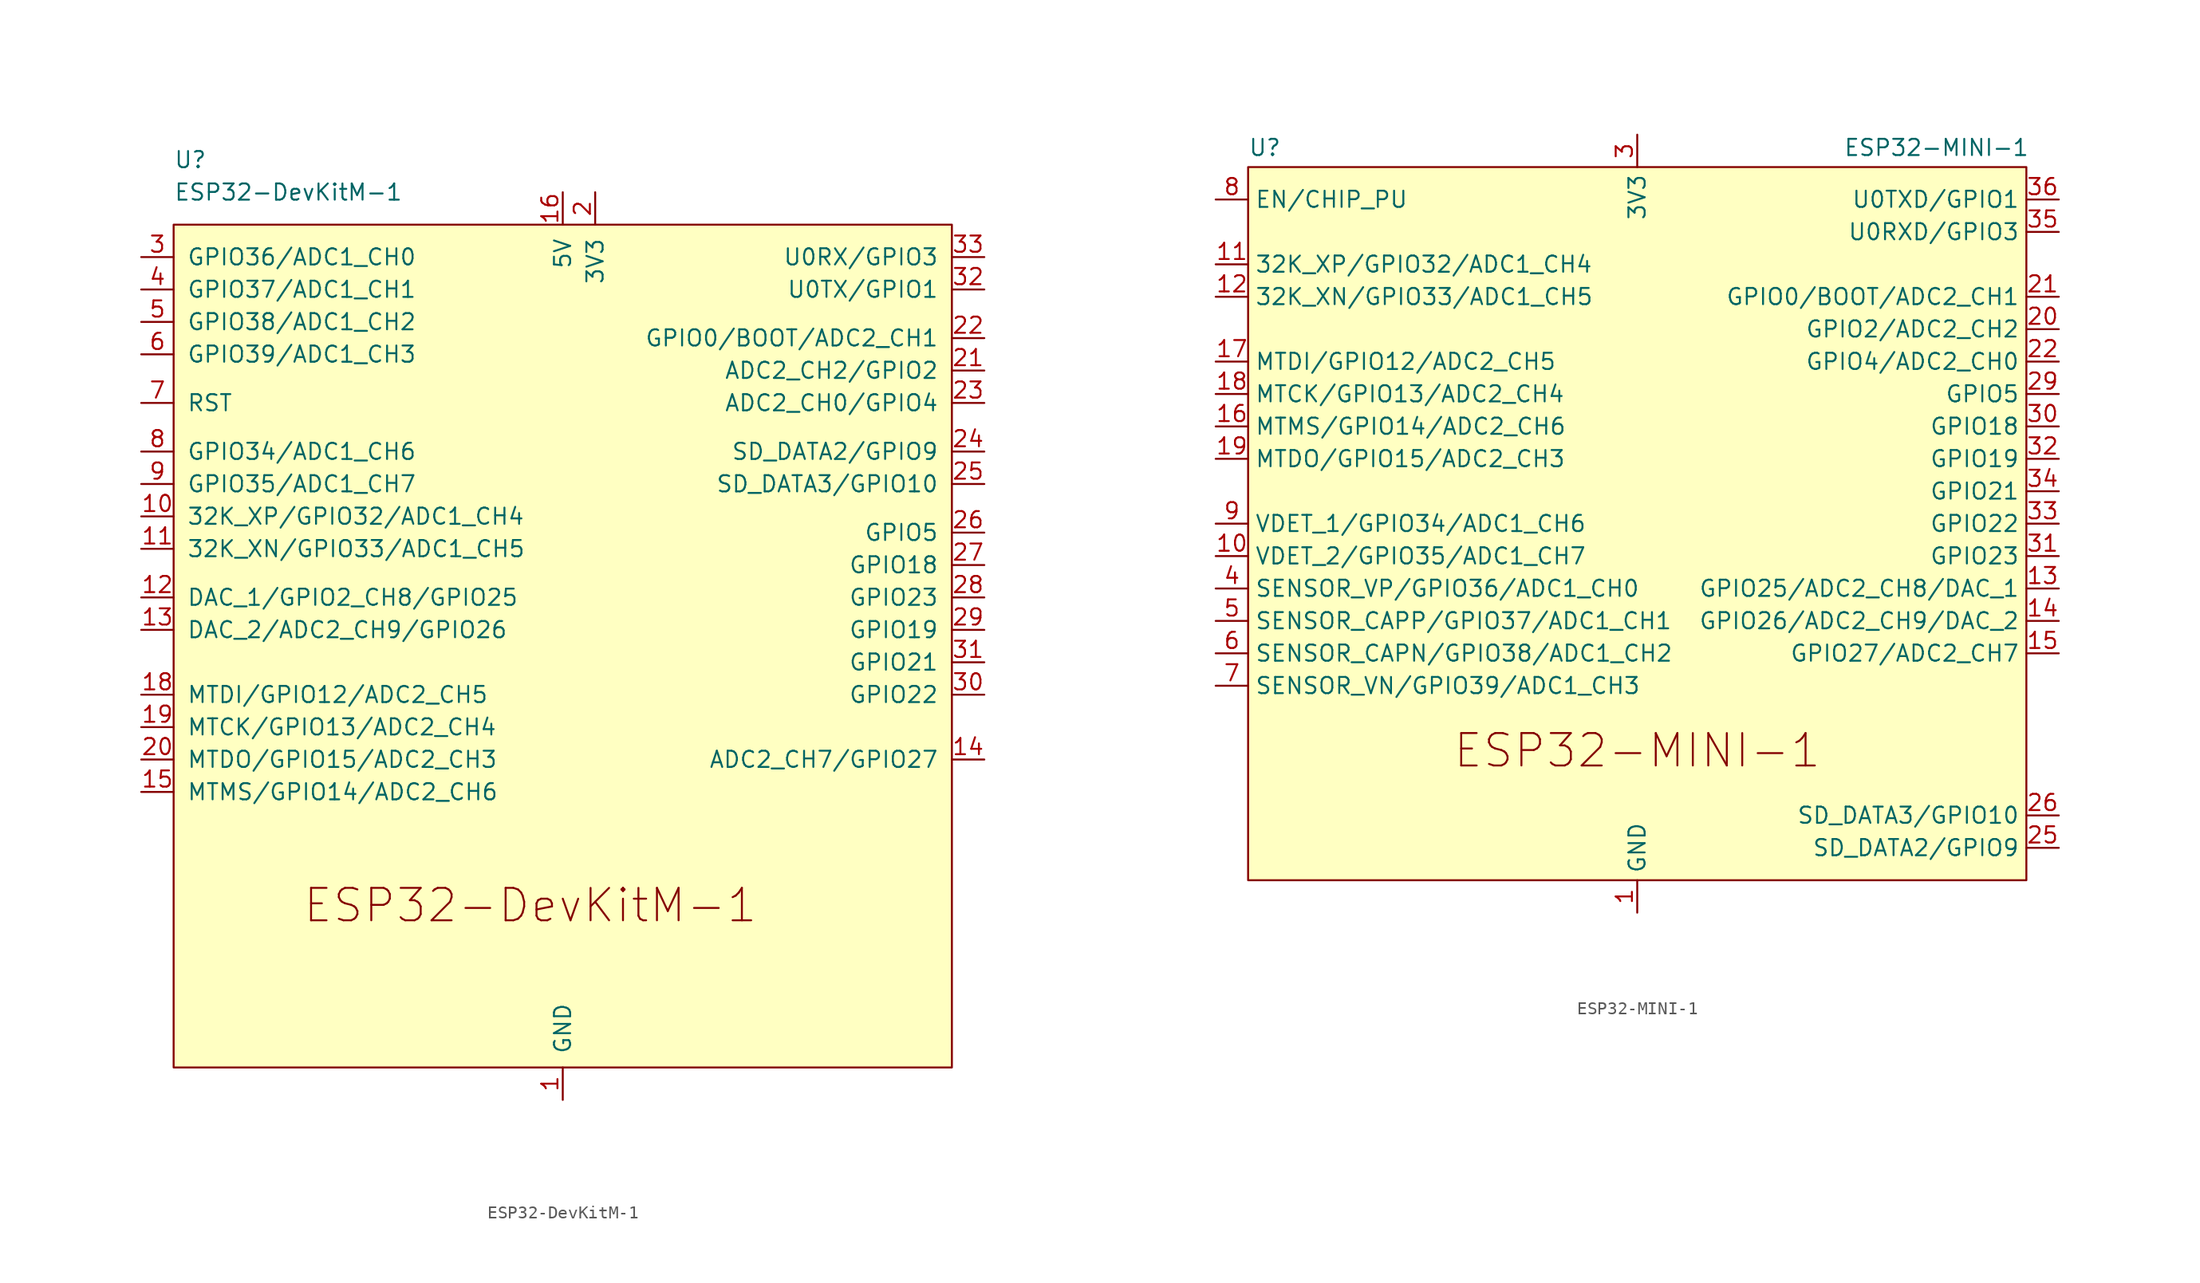
<source format=kicad_sym>
(kicad_symbol_lib
  (version 20241209)
  (generator "kicad_symbol_editor")
  (generator_version "9.0")
  (symbol "ESP32-DevKitM-1"
    (pin_names
      (offset 1.016))
    (property "Reference" "U"
      (at -30.48 38.1 0)
      (effects (font (size 1.27 1.27)) (justify left)))
    (property "Value" "ESP32-DevKitM-1"
      (at -30.48 35.56 0)
      (effects (font (size 1.27 1.27)) (justify left)))
    (symbol "ESP32-DevKitM-1_0_1"
      (rectangle (start -30.48 33.02) (end 30.48 -33.02) (stroke (width 0) (type default)) (fill (type background))))
    (symbol "ESP32-DevKitM-1_1_0"
      (text "ESP32-DevKitM-1" (at -2.54 -20.32 0) (effects (font (size 2.54 2.54))))
      (pin input line (at -33.02 30.48 0) (length 2.54) (name "GPIO36/ADC1_CH0" (effects (font (size 1.27 1.27)))) (number "3" (effects (font (size 1.27 1.27)))))
      (pin input line (at -33.02 27.94 0) (length 2.54) (name "GPIO37/ADC1_CH1" (effects (font (size 1.27 1.27)))) (number "4" (effects (font (size 1.27 1.27)))))
      (pin input line (at -33.02 25.4 0) (length 2.54) (name "GPIO38/ADC1_CH2" (effects (font (size 1.27 1.27)))) (number "5" (effects (font (size 1.27 1.27)))))
      (pin input line (at -33.02 22.86 0) (length 2.54) (name "GPIO39/ADC1_CH3" (effects (font (size 1.27 1.27)))) (number "6" (effects (font (size 1.27 1.27)))))
      (pin input line (at -33.02 19.05 0) (length 2.54) (name "RST" (effects (font (size 1.27 1.27)))) (number "7" (effects (font (size 1.27 1.27)))))
      (pin input line (at -33.02 15.24 0) (length 2.54) (name "GPIO34/ADC1_CH6" (effects (font (size 1.27 1.27)))) (number "8" (effects (font (size 1.27 1.27)))))
      (pin input line (at -33.02 12.7 0) (length 2.54) (name "GPIO35/ADC1_CH7" (effects (font (size 1.27 1.27)))) (number "9" (effects (font (size 1.27 1.27)))))
      (pin bidirectional line (at -33.02 10.16 0) (length 2.54) (name "32K_XP/GPIO32/ADC1_CH4" (effects (font (size 1.27 1.27)))) (number "10" (effects (font (size 1.27 1.27)))))
      (pin bidirectional line (at -33.02 7.62 0) (length 2.54) (name "32K_XN/GPIO33/ADC1_CH5" (effects (font (size 1.27 1.27)))) (number "11" (effects (font (size 1.27 1.27)))))
      (pin bidirectional line (at -33.02 3.81 0) (length 2.54) (name "DAC_1/GPIO2_CH8/GPIO25" (effects (font (size 1.27 1.27)))) (number "12" (effects (font (size 1.27 1.27)))))
      (pin bidirectional line (at -33.02 1.27 0) (length 2.54) (name "DAC_2/ADC2_CH9/GPIO26" (effects (font (size 1.27 1.27)))) (number "13" (effects (font (size 1.27 1.27)))))
      (pin power_in line (at 0 35.56 270) (length 2.54) (name "5V" (effects (font (size 1.27 1.27)))) (number "16" (effects (font (size 1.27 1.27)))))
      (pin power_in line (at 0 -35.56 90) (length 2.54) (name "GND" (effects (font (size 1.27 1.27)))) (number "1" (effects (font (size 1.27 1.27))))))
    (symbol "ESP32-DevKitM-1_1_1"
      (pin bidirectional line (at -33.02 -3.81 0) (length 2.54) (name "MTDI/GPIO12/ADC2_CH5" (effects (font (size 1.27 1.27)))) (number "18" (effects (font (size 1.27 1.27)))))
      (pin bidirectional line (at -33.02 -6.35 0) (length 2.54) (name "MTCK/GPIO13/ADC2_CH4" (effects (font (size 1.27 1.27)))) (number "19" (effects (font (size 1.27 1.27)))))
      (pin bidirectional line (at -33.02 -8.89 0) (length 2.54) (name "MTDO/GPIO15/ADC2_CH3" (effects (font (size 1.27 1.27)))) (number "20" (effects (font (size 1.27 1.27)))))
      (pin bidirectional line (at -33.02 -11.43 0) (length 2.54) (name "MTMS/GPIO14/ADC2_CH6" (effects (font (size 1.27 1.27)))) (number "15" (effects (font (size 1.27 1.27)))))
      (pin passive line (at 0 -35.56 90) (length 2.54) (hide yes) (name "GND" (effects (font (size 1.27 1.27)))) (number "17" (effects (font (size 1.27 1.27)))))
      (pin passive line (at 0 -35.56 90) (length 2.54) (hide yes) (name "GND" (effects (font (size 1.27 1.27)))) (number "34" (effects (font (size 1.27 1.27)))))
      (pin power_in line (at 2.54 35.56 270) (length 2.54) (name "3V3" (effects (font (size 1.27 1.27)))) (number "2" (effects (font (size 1.27 1.27)))))
      (pin bidirectional line (at 33.02 30.48 180) (length 2.54) (name "U0RX/GPIO3" (effects (font (size 1.27 1.27)))) (number "33" (effects (font (size 1.27 1.27)))))
      (pin bidirectional line (at 33.02 27.94 180) (length 2.54) (name "U0TX/GPIO1" (effects (font (size 1.27 1.27)))) (number "32" (effects (font (size 1.27 1.27)))))
      (pin bidirectional line (at 33.02 24.13 180) (length 2.54) (name "GPIO0/BOOT/ADC2_CH1" (effects (font (size 1.27 1.27)))) (number "22" (effects (font (size 1.27 1.27)))))
      (pin bidirectional line (at 33.02 21.59 180) (length 2.54) (name "ADC2_CH2/GPIO2" (effects (font (size 1.27 1.27)))) (number "21" (effects (font (size 1.27 1.27)))))
      (pin bidirectional line (at 33.02 19.05 180) (length 2.54) (name "ADC2_CH0/GPIO4" (effects (font (size 1.27 1.27)))) (number "23" (effects (font (size 1.27 1.27)))))
      (pin bidirectional line (at 33.02 15.24 180) (length 2.54) (name "SD_DATA2/GPIO9" (effects (font (size 1.27 1.27)))) (number "24" (effects (font (size 1.27 1.27)))))
      (pin bidirectional line (at 33.02 12.7 180) (length 2.54) (name "SD_DATA3/GPIO10" (effects (font (size 1.27 1.27)))) (number "25" (effects (font (size 1.27 1.27)))))
      (pin bidirectional line (at 33.02 8.89 180) (length 2.54) (name "GPIO5" (effects (font (size 1.27 1.27)))) (number "26" (effects (font (size 1.27 1.27)))))
      (pin bidirectional line (at 33.02 6.35 180) (length 2.54) (name "GPIO18" (effects (font (size 1.27 1.27)))) (number "27" (effects (font (size 1.27 1.27)))))
      (pin bidirectional line (at 33.02 3.81 180) (length 2.54) (name "GPIO23" (effects (font (size 1.27 1.27)))) (number "28" (effects (font (size 1.27 1.27)))))
      (pin bidirectional line (at 33.02 1.27 180) (length 2.54) (name "GPIO19" (effects (font (size 1.27 1.27)))) (number "29" (effects (font (size 1.27 1.27)))))
      (pin bidirectional line (at 33.02 -1.27 180) (length 2.54) (name "GPIO21" (effects (font (size 1.27 1.27)))) (number "31" (effects (font (size 1.27 1.27)))))
      (pin bidirectional line (at 33.02 -3.81 180) (length 2.54) (name "GPIO22" (effects (font (size 1.27 1.27)))) (number "30" (effects (font (size 1.27 1.27)))))
      (pin bidirectional line (at 33.02 -8.89 180) (length 2.54) (name "ADC2_CH7/GPIO27" (effects (font (size 1.27 1.27)))) (number "14" (effects (font (size 1.27 1.27)))))))
  (symbol "ESP32-MINI-1"
    (property "Reference" "U"
      (at -30.48 29.464 0)
      (effects (font (size 1.27 1.27)) (justify left)))
    (property "Value" "ESP32-MINI-1"
      (at 30.734 29.464 0)
      (effects (font (size 1.27 1.27)) (justify right)))
    (symbol "ESP32-MINI-1_0_0"
      (text "ESP32-MINI-1" (at 0 -17.78 0) (effects (font (size 2.54 2.54))))
      (pin power_in line (at 0 -30.48 90) (length 2.54) (name "GND" (effects (font (size 1.27 1.27)))) (number "1" (effects (font (size 1.27 1.27)))))
      (pin passive line (at 0 -30.48 90) (length 2.54) (hide yes) (name "GND" (effects (font (size 1.27 1.27)))) (number "42" (effects (font (size 1.27 1.27)))))
      (pin passive line (at 0 -30.48 90) (length 2.54) (hide yes) (name "GND" (effects (font (size 1.27 1.27)))) (number "47" (effects (font (size 1.27 1.27)))))
      (pin bidirectional line (at 33.02 7.62 180) (length 2.54) (name "GPIO18" (effects (font (size 1.27 1.27)))) (number "30" (effects (font (size 1.27 1.27)))))
      (pin bidirectional line (at 33.02 -2.54 180) (length 2.54) (name "GPIO23" (effects (font (size 1.27 1.27)))) (number "31" (effects (font (size 1.27 1.27))))))
    (symbol "ESP32-MINI-1_0_1"
      (rectangle (start -30.48 27.94) (end 30.48 -27.94) (stroke (width 0) (type default)) (fill (type background)))
      (pin passive line (at 0 -30.48 90) (length 2.54) (hide yes) (name "GND" (effects (font (size 1.27 1.27)))) (number "38" (effects (font (size 1.27 1.27)))))
      (pin passive line (at 0 -30.48 90) (length 2.54) (hide yes) (name "GND" (effects (font (size 1.27 1.27)))) (number "39" (effects (font (size 1.27 1.27)))))
      (pin passive line (at 0 -30.48 90) (length 2.54) (hide yes) (name "GND" (effects (font (size 1.27 1.27)))) (number "40" (effects (font (size 1.27 1.27)))))
      (pin passive line (at 0 -30.48 90) (length 2.54) (hide yes) (name "GND" (effects (font (size 1.27 1.27)))) (number "41" (effects (font (size 1.27 1.27)))))
      (pin passive line (at 0 -30.48 90) (length 2.54) (hide yes) (name "GND" (effects (font (size 1.27 1.27)))) (number "43" (effects (font (size 1.27 1.27)))))
      (pin passive line (at 0 -30.48 90) (length 2.54) (hide yes) (name "GND" (effects (font (size 1.27 1.27)))) (number "44" (effects (font (size 1.27 1.27)))))
      (pin passive line (at 0 -30.48 90) (length 2.54) (hide yes) (name "GND" (effects (font (size 1.27 1.27)))) (number "45" (effects (font (size 1.27 1.27)))))
      (pin passive line (at 0 -30.48 90) (length 2.54) (hide yes) (name "GND" (effects (font (size 1.27 1.27)))) (number "46" (effects (font (size 1.27 1.27)))))
      (pin passive line (at 0 -30.48 90) (length 2.54) (hide yes) (name "GND" (effects (font (size 1.27 1.27)))) (number "48" (effects (font (size 1.27 1.27)))))
      (pin passive line (at 0 -30.48 90) (length 2.54) (hide yes) (name "GND" (effects (font (size 1.27 1.27)))) (number "49" (effects (font (size 1.27 1.27)))))
      (pin passive line (at 0 -30.48 90) (length 2.54) (hide yes) (name "GND" (effects (font (size 1.27 1.27)))) (number "50" (effects (font (size 1.27 1.27)))))
      (pin passive line (at 0 -30.48 90) (length 2.54) (hide yes) (name "GND" (effects (font (size 1.27 1.27)))) (number "51" (effects (font (size 1.27 1.27)))))
      (pin passive line (at 0 -30.48 90) (length 2.54) (hide yes) (name "GND" (effects (font (size 1.27 1.27)))) (number "52" (effects (font (size 1.27 1.27)))))
      (pin passive line (at 0 -30.48 90) (length 2.54) (hide yes) (name "GND" (effects (font (size 1.27 1.27)))) (number "53" (effects (font (size 1.27 1.27)))))
      (pin passive line (at 0 -30.48 90) (length 2.54) (hide yes) (name "GND" (effects (font (size 1.27 1.27)))) (number "54" (effects (font (size 1.27 1.27)))))
      (pin passive line (at 0 -30.48 90) (length 2.54) (hide yes) (name "GND" (effects (font (size 1.27 1.27)))) (number "55" (effects (font (size 1.27 1.27))))))
    (symbol "ESP32-MINI-1_1_1"
      (pin input line (at -33.02 25.4 0) (length 2.54) (name "EN/CHIP_PU" (effects (font (size 1.27 1.27)))) (number "8" (effects (font (size 1.27 1.27)))))
      (pin bidirectional line (at -33.02 20.32 0) (length 2.54) (name "32K_XP/GPIO32/ADC1_CH4" (effects (font (size 1.27 1.27)))) (number "11" (effects (font (size 1.27 1.27)))))
      (pin bidirectional line (at -33.02 17.78 0) (length 2.54) (name "32K_XN/GPIO33/ADC1_CH5" (effects (font (size 1.27 1.27)))) (number "12" (effects (font (size 1.27 1.27)))))
      (pin bidirectional line (at -33.02 12.7 0) (length 2.54) (name "MTDI/GPIO12/ADC2_CH5" (effects (font (size 1.27 1.27)))) (number "17" (effects (font (size 1.27 1.27)))))
      (pin bidirectional line (at -33.02 10.16 0) (length 2.54) (name "MTCK/GPIO13/ADC2_CH4" (effects (font (size 1.27 1.27)))) (number "18" (effects (font (size 1.27 1.27)))))
      (pin bidirectional line (at -33.02 7.62 0) (length 2.54) (name "MTMS/GPIO14/ADC2_CH6" (effects (font (size 1.27 1.27)))) (number "16" (effects (font (size 1.27 1.27)))))
      (pin bidirectional line (at -33.02 5.08 0) (length 2.54) (name "MTDO/GPIO15/ADC2_CH3" (effects (font (size 1.27 1.27)))) (number "19" (effects (font (size 1.27 1.27)))))
      (pin input line (at -33.02 0 0) (length 2.54) (name "VDET_1/GPIO34/ADC1_CH6" (effects (font (size 1.27 1.27)))) (number "9" (effects (font (size 1.27 1.27)))))
      (pin input line (at -33.02 -2.54 0) (length 2.54) (name "VDET_2/GPIO35/ADC1_CH7" (effects (font (size 1.27 1.27)))) (number "10" (effects (font (size 1.27 1.27)))))
      (pin input line (at -33.02 -5.08 0) (length 2.54) (name "SENSOR_VP/GPIO36/ADC1_CH0" (effects (font (size 1.27 1.27)))) (number "4" (effects (font (size 1.27 1.27)))))
      (pin input line (at -33.02 -7.62 0) (length 2.54) (name "SENSOR_CAPP/GPIO37/ADC1_CH1" (effects (font (size 1.27 1.27)))) (number "5" (effects (font (size 1.27 1.27)))))
      (pin input line (at -33.02 -10.16 0) (length 2.54) (name "SENSOR_CAPN/GPIO38/ADC1_CH2" (effects (font (size 1.27 1.27)))) (number "6" (effects (font (size 1.27 1.27)))))
      (pin input line (at -33.02 -12.7 0) (length 2.54) (name "SENSOR_VN/GPIO39/ADC1_CH3" (effects (font (size 1.27 1.27)))) (number "7" (effects (font (size 1.27 1.27)))))
      (pin no_connect line (at -30.48 -17.78 0) (length 2.54) (hide yes) (name "NC" (effects (font (size 1.27 1.27)))) (number "23" (effects (font (size 1.27 1.27)))))
      (pin no_connect line (at -30.48 -20.32 0) (length 2.54) (hide yes) (name "NC" (effects (font (size 1.27 1.27)))) (number "24" (effects (font (size 1.27 1.27)))))
      (pin no_connect line (at -30.48 -22.86 0) (length 2.54) (hide yes) (name "NC" (effects (font (size 1.27 1.27)))) (number "28" (effects (font (size 1.27 1.27)))))
      (pin no_connect line (at -30.48 -25.4 0) (length 2.54) (hide yes) (name "NC" (effects (font (size 1.27 1.27)))) (number "37" (effects (font (size 1.27 1.27)))))
      (pin power_in line (at 0 30.48 270) (length 2.54) (name "3V3" (effects (font (size 1.27 1.27)))) (number "3" (effects (font (size 1.27 1.27)))))
      (pin passive line (at 0 -30.48 90) (length 2.54) (hide yes) (name "GND" (effects (font (size 1.27 1.27)))) (number "2" (effects (font (size 1.27 1.27)))))
      (pin passive line (at 0 -30.48 90) (length 2.54) (hide yes) (name "GND" (effects (font (size 1.27 1.27)))) (number "27" (effects (font (size 1.27 1.27)))))
      (pin bidirectional line (at 33.02 25.4 180) (length 2.54) (name "U0TXD/GPIO1" (effects (font (size 1.27 1.27)))) (number "36" (effects (font (size 1.27 1.27)))))
      (pin bidirectional line (at 33.02 22.86 180) (length 2.54) (name "U0RXD/GPIO3" (effects (font (size 1.27 1.27)))) (number "35" (effects (font (size 1.27 1.27)))))
      (pin bidirectional line (at 33.02 17.78 180) (length 2.54) (name "GPIO0/BOOT/ADC2_CH1" (effects (font (size 1.27 1.27)))) (number "21" (effects (font (size 1.27 1.27)))))
      (pin bidirectional line (at 33.02 15.24 180) (length 2.54) (name "GPIO2/ADC2_CH2" (effects (font (size 1.27 1.27)))) (number "20" (effects (font (size 1.27 1.27)))))
      (pin bidirectional line (at 33.02 12.7 180) (length 2.54) (name "GPIO4/ADC2_CH0" (effects (font (size 1.27 1.27)))) (number "22" (effects (font (size 1.27 1.27)))))
      (pin bidirectional line (at 33.02 10.16 180) (length 2.54) (name "GPIO5" (effects (font (size 1.27 1.27)))) (number "29" (effects (font (size 1.27 1.27)))))
      (pin bidirectional line (at 33.02 5.08 180) (length 2.54) (name "GPIO19" (effects (font (size 1.27 1.27)))) (number "32" (effects (font (size 1.27 1.27)))))
      (pin bidirectional line (at 33.02 2.54 180) (length 2.54) (name "GPIO21" (effects (font (size 1.27 1.27)))) (number "34" (effects (font (size 1.27 1.27)))))
      (pin bidirectional line (at 33.02 0 180) (length 2.54) (name "GPIO22" (effects (font (size 1.27 1.27)))) (number "33" (effects (font (size 1.27 1.27)))))
      (pin bidirectional line (at 33.02 -5.08 180) (length 2.54) (name "GPIO25/ADC2_CH8/DAC_1" (effects (font (size 1.27 1.27)))) (number "13" (effects (font (size 1.27 1.27)))))
      (pin bidirectional line (at 33.02 -7.62 180) (length 2.54) (name "GPIO26/ADC2_CH9/DAC_2" (effects (font (size 1.27 1.27)))) (number "14" (effects (font (size 1.27 1.27)))))
      (pin bidirectional line (at 33.02 -10.16 180) (length 2.54) (name "GPIO27/ADC2_CH7" (effects (font (size 1.27 1.27)))) (number "15" (effects (font (size 1.27 1.27)))))
      (pin bidirectional line (at 33.02 -22.86 180) (length 2.54) (name "SD_DATA3/GPIO10" (effects (font (size 1.27 1.27)))) (number "26" (effects (font (size 1.27 1.27)))))
      (pin bidirectional line (at 33.02 -25.4 180) (length 2.54) (name "SD_DATA2/GPIO9" (effects (font (size 1.27 1.27)))) (number "25" (effects (font (size 1.27 1.27))))))))
</source>
